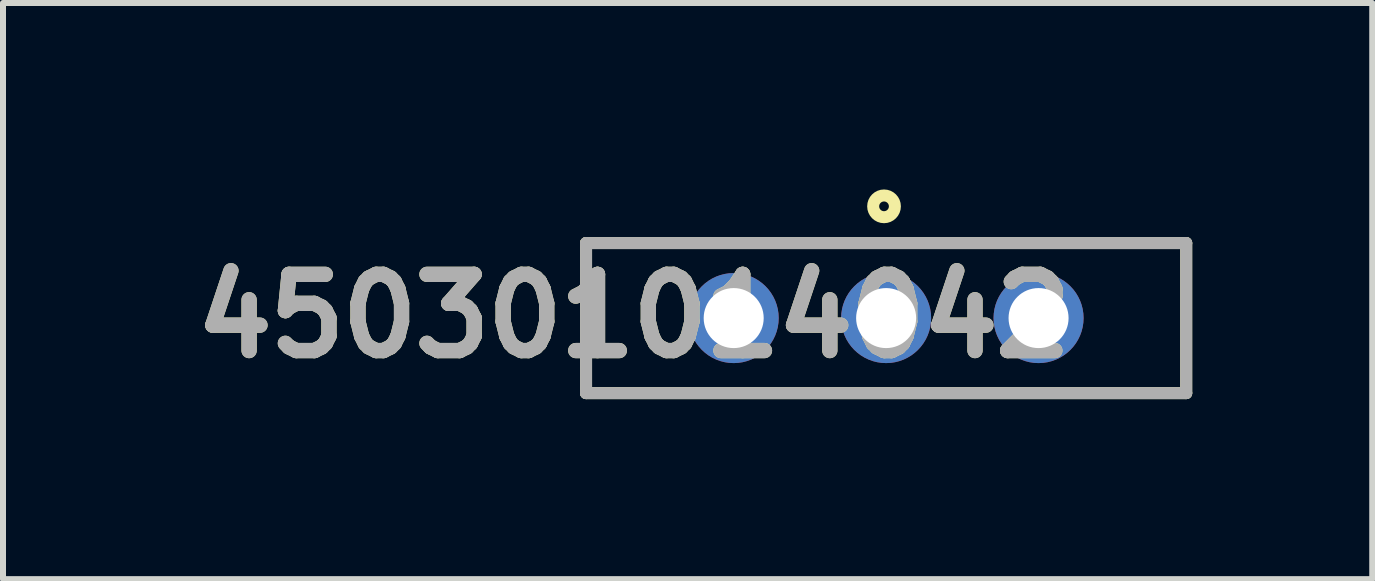
<source format=kicad_pcb>
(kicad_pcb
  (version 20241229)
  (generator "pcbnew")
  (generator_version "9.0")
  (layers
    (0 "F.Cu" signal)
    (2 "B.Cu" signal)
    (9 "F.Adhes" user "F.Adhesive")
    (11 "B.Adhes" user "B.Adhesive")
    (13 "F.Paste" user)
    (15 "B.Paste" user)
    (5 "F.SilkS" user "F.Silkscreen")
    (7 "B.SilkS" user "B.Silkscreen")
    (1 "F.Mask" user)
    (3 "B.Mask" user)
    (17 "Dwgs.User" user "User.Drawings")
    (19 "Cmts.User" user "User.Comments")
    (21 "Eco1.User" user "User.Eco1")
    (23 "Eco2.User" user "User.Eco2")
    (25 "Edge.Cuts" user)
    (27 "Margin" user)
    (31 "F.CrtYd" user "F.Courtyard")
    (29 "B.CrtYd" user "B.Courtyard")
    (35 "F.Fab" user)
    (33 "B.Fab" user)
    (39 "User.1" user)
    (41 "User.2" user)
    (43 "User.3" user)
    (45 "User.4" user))
  (footprint "450301014042"
    (layer "F.Cu")
    (at 13.715 0.25)
    (property "Reference" "450301014042" (at -6.204 1.967 0) (layer "F.SilkS") (effects (font (size 1.27 1.27) (thickness 0.254))))
    (attr through_hole)
    (fp_line (start -7 0.75) (end 3 0.75) (stroke (width 0.2) (type solid)) (layer "F.SilkS"))
    (fp_line (start -7 3.25) (end -7 0.75) (stroke (width 0.2) (type solid)) (layer "F.SilkS"))
    (fp_line (start 3 0.75) (end 3 3.25) (stroke (width 0.2) (type solid)) (layer "F.SilkS"))
    (fp_line (start 3 3.25) (end -7 3.25) (stroke (width 0.2) (type solid)) (layer "F.SilkS"))
    (fp_circle (center -2.035 0.138) (end -2.035 0.319) (stroke (width 0.2) (type solid)) (fill no) (layer "F.SilkS"))
    (fp_line (start -7 0.75) (end 3 0.75) (stroke (width 0.2) (type solid)) (layer "F.Fab"))
    (fp_line (start -7 3.25) (end -7 0.75) (stroke (width 0.2) (type solid)) (layer "F.Fab"))
    (fp_line (start 3 0.75) (end 3 3.25) (stroke (width 0.2) (type solid)) (layer "F.Fab"))
    (fp_line (start 3 3.25) (end -7 3.25) (stroke (width 0.2) (type solid)) (layer "F.Fab"))
    (fp_text user "${REFERENCE}" (at -6.204 1.967 0) (layer "F.Fab") (effects (font (size 1.27 1.27) (thickness 0.254))))
    (pad "1" thru_hole circle (at -4.54 2) (size 1.5 1.5) (drill 1) (layers "*.Cu" "*.Mask"))
    (pad "2" thru_hole circle (at -2 2) (size 1.5 1.5) (drill 1) (layers "*.Cu" "*.Mask"))
    (pad "3" thru_hole circle (at 0.54 2) (size 1.5 1.5) (drill 1) (layers "*.Cu" "*.Mask")))
  (gr_rect
    (start -3 -3)
    (end 19.815 6.6)
    (stroke (width 0.1) (type default))
    (fill no)
    (layer "Edge.Cuts")))
</source>
